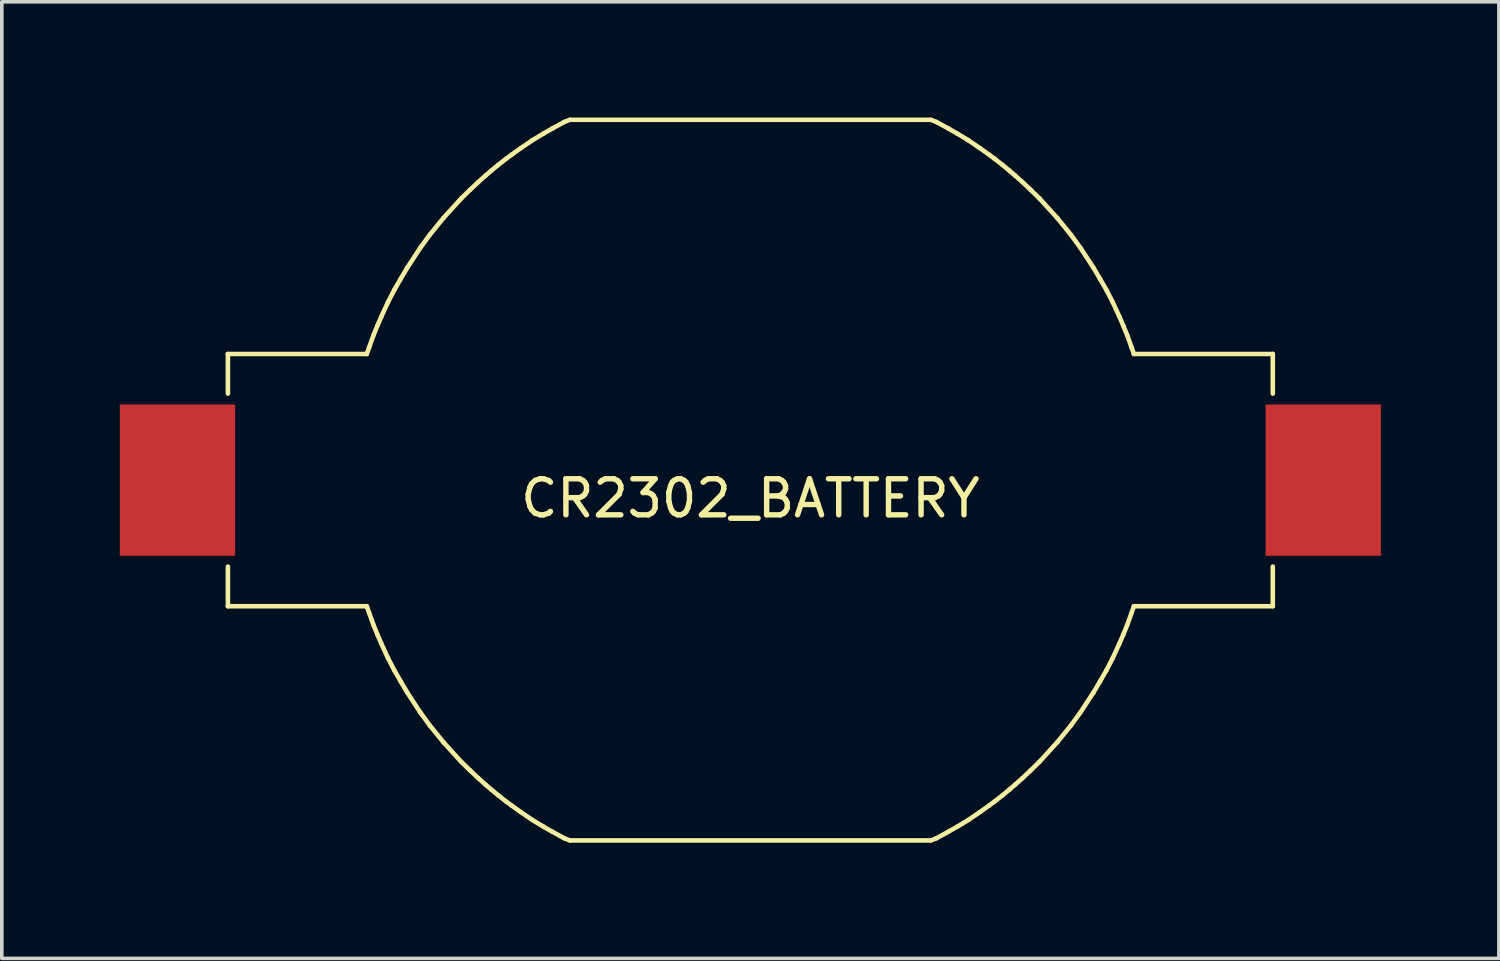
<source format=kicad_pcb>
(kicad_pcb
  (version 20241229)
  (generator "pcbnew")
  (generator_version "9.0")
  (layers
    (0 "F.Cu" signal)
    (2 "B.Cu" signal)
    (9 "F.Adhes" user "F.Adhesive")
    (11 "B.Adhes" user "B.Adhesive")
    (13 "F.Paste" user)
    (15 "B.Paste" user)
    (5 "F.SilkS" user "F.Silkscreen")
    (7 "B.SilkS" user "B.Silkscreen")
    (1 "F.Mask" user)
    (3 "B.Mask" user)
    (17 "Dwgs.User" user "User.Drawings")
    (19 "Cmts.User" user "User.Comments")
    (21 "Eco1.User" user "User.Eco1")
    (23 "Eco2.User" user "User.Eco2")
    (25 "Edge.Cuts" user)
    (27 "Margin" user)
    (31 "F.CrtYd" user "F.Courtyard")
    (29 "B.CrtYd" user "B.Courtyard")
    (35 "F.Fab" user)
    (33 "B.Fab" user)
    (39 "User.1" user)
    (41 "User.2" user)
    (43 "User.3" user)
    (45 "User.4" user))
  (footprint "CR2302_BATTERY"
    (layer "F.Cu")
    (at 17.775 10.275)
    (property "Reference" "CR2302_BATTERY" (at 0 0.508 0) (layer "F.SilkS") (effects (font (size 1 1) (thickness 0.15))))
    (attr smd)
    (fp_line (start -14.5 -3.5) (end -10.645 -3.5) (stroke (width 0.127) (type solid)) (layer "F.SilkS"))
    (fp_line (start -14.5 -2.4) (end -14.5 -3.5) (stroke (width 0.127) (type solid)) (layer "F.SilkS"))
    (fp_line (start -14.5 2.4) (end -14.5 3.5) (stroke (width 0.127) (type solid)) (layer "F.SilkS"))
    (fp_line (start -14.5 3.5) (end -10.645 3.5) (stroke (width 0.127) (type solid)) (layer "F.SilkS"))
    (fp_line (start -10.645 -3.5) (end -10.581 -3.681) (stroke (width 0.127) (type solid)) (layer "F.SilkS"))
    (fp_line (start -10.645 3.5) (end -10.581 3.681) (stroke (width 0.127) (type solid)) (layer "F.SilkS"))
    (fp_line (start -10.581 -3.681) (end -10.458 -4.024) (stroke (width 0.127) (type solid)) (layer "F.SilkS"))
    (fp_line (start -10.581 3.681) (end -10.458 4.024) (stroke (width 0.127) (type solid)) (layer "F.SilkS"))
    (fp_line (start -10.458 -4.024) (end -10.35 -4.287) (stroke (width 0.127) (type solid)) (layer "F.SilkS"))
    (fp_line (start -10.458 4.024) (end -10.35 4.287) (stroke (width 0.127) (type solid)) (layer "F.SilkS"))
    (fp_line (start -10.35 -4.287) (end -10.242 -4.538) (stroke (width 0.127) (type solid)) (layer "F.SilkS"))
    (fp_line (start -10.35 4.287) (end -10.242 4.538) (stroke (width 0.127) (type solid)) (layer "F.SilkS"))
    (fp_line (start -10.242 -4.538) (end -10.058 -4.937) (stroke (width 0.127) (type solid)) (layer "F.SilkS"))
    (fp_line (start -10.242 4.538) (end -10.058 4.937) (stroke (width 0.127) (type solid)) (layer "F.SilkS"))
    (fp_line (start -10.058 -4.937) (end -9.88 -5.282) (stroke (width 0.127) (type solid)) (layer "F.SilkS"))
    (fp_line (start -10.058 4.937) (end -9.88 5.282) (stroke (width 0.127) (type solid)) (layer "F.SilkS"))
    (fp_line (start -9.88 -5.282) (end -9.7 -5.594) (stroke (width 0.127) (type solid)) (layer "F.SilkS"))
    (fp_line (start -9.88 5.282) (end -9.7 5.594) (stroke (width 0.127) (type solid)) (layer "F.SilkS"))
    (fp_line (start -9.7 -5.594) (end -9.524 -5.892) (stroke (width 0.127) (type solid)) (layer "F.SilkS"))
    (fp_line (start -9.7 5.594) (end -9.524 5.892) (stroke (width 0.127) (type solid)) (layer "F.SilkS"))
    (fp_line (start -9.524 -5.892) (end -9.168 -6.436) (stroke (width 0.127) (type solid)) (layer "F.SilkS"))
    (fp_line (start -9.524 5.892) (end -9.168 6.436) (stroke (width 0.127) (type solid)) (layer "F.SilkS"))
    (fp_line (start -9.168 -6.436) (end -8.897 -6.809) (stroke (width 0.127) (type solid)) (layer "F.SilkS"))
    (fp_line (start -9.168 6.436) (end -8.897 6.809) (stroke (width 0.127) (type solid)) (layer "F.SilkS"))
    (fp_line (start -8.897 -6.809) (end -8.516 -7.277) (stroke (width 0.127) (type solid)) (layer "F.SilkS"))
    (fp_line (start -8.897 6.809) (end -8.516 7.277) (stroke (width 0.127) (type solid)) (layer "F.SilkS"))
    (fp_line (start -8.516 -7.277) (end -8.022 -7.82) (stroke (width 0.127) (type solid)) (layer "F.SilkS"))
    (fp_line (start -8.516 7.277) (end -8.022 7.82) (stroke (width 0.127) (type solid)) (layer "F.SilkS"))
    (fp_line (start -8.022 -7.82) (end -7.774 -8.061) (stroke (width 0.127) (type solid)) (layer "F.SilkS"))
    (fp_line (start -8.022 7.82) (end -7.774 8.061) (stroke (width 0.127) (type solid)) (layer "F.SilkS"))
    (fp_line (start -7.774 -8.061) (end -7.55 -8.273) (stroke (width 0.127) (type solid)) (layer "F.SilkS"))
    (fp_line (start -7.774 8.061) (end -7.55 8.273) (stroke (width 0.127) (type solid)) (layer "F.SilkS"))
    (fp_line (start -7.55 -8.273) (end -7.354 -8.447) (stroke (width 0.127) (type solid)) (layer "F.SilkS"))
    (fp_line (start -7.55 8.273) (end -7.354 8.447) (stroke (width 0.127) (type solid)) (layer "F.SilkS"))
    (fp_line (start -7.354 -8.447) (end -7.193 -8.586) (stroke (width 0.127) (type solid)) (layer "F.SilkS"))
    (fp_line (start -7.354 8.447) (end -7.193 8.586) (stroke (width 0.127) (type solid)) (layer "F.SilkS"))
    (fp_line (start -7.193 -8.586) (end -7 -8.746) (stroke (width 0.127) (type solid)) (layer "F.SilkS"))
    (fp_line (start -7.193 8.586) (end -7 8.746) (stroke (width 0.127) (type solid)) (layer "F.SilkS"))
    (fp_line (start -7 -8.746) (end -6.779 -8.919) (stroke (width 0.127) (type solid)) (layer "F.SilkS"))
    (fp_line (start -7 8.746) (end -6.779 8.919) (stroke (width 0.127) (type solid)) (layer "F.SilkS"))
    (fp_line (start -6.779 -8.919) (end -6.628 -9.03) (stroke (width 0.127) (type solid)) (layer "F.SilkS"))
    (fp_line (start -6.779 8.919) (end -6.628 9.03) (stroke (width 0.127) (type solid)) (layer "F.SilkS"))
    (fp_line (start -6.628 -9.03) (end -6.375 -9.211) (stroke (width 0.127) (type solid)) (layer "F.SilkS"))
    (fp_line (start -6.628 9.03) (end -6.375 9.211) (stroke (width 0.127) (type solid)) (layer "F.SilkS"))
    (fp_line (start -6.375 -9.211) (end -6.049 -9.433) (stroke (width 0.127) (type solid)) (layer "F.SilkS"))
    (fp_line (start -6.375 9.211) (end -6.049 9.433) (stroke (width 0.127) (type solid)) (layer "F.SilkS"))
    (fp_line (start -6.049 -9.433) (end -5.741 -9.619) (stroke (width 0.127) (type solid)) (layer "F.SilkS"))
    (fp_line (start -6.049 9.433) (end -5.741 9.619) (stroke (width 0.127) (type solid)) (layer "F.SilkS"))
    (fp_line (start -5.741 -9.619) (end -5.497 -9.758) (stroke (width 0.127) (type solid)) (layer "F.SilkS"))
    (fp_line (start -5.741 9.619) (end -5.497 9.758) (stroke (width 0.127) (type solid)) (layer "F.SilkS"))
    (fp_line (start -5.497 -9.758) (end -5.166 -9.939) (stroke (width 0.127) (type solid)) (layer "F.SilkS"))
    (fp_line (start -5.497 9.758) (end -5.166 9.939) (stroke (width 0.127) (type solid)) (layer "F.SilkS"))
    (fp_line (start -5.166 -9.939) (end -5.013 -10) (stroke (width 0.127) (type solid)) (layer "F.SilkS"))
    (fp_line (start -5.166 9.939) (end -5.013 10) (stroke (width 0.127) (type solid)) (layer "F.SilkS"))
    (fp_line (start -5 -10) (end 5 -10) (stroke (width 0.127) (type solid)) (layer "F.SilkS"))
    (fp_line (start -5 10) (end 5 10) (stroke (width 0.127) (type solid)) (layer "F.SilkS"))
    (fp_line (start 5.166 -9.939) (end 5.013 -10) (stroke (width 0.127) (type solid)) (layer "F.SilkS"))
    (fp_line (start 5.166 9.939) (end 5.013 10) (stroke (width 0.127) (type solid)) (layer "F.SilkS"))
    (fp_line (start 5.497 -9.758) (end 5.166 -9.939) (stroke (width 0.127) (type solid)) (layer "F.SilkS"))
    (fp_line (start 5.497 9.758) (end 5.166 9.939) (stroke (width 0.127) (type solid)) (layer "F.SilkS"))
    (fp_line (start 5.741 -9.619) (end 5.497 -9.758) (stroke (width 0.127) (type solid)) (layer "F.SilkS"))
    (fp_line (start 5.741 9.619) (end 5.497 9.758) (stroke (width 0.127) (type solid)) (layer "F.SilkS"))
    (fp_line (start 6.049 -9.433) (end 5.741 -9.619) (stroke (width 0.127) (type solid)) (layer "F.SilkS"))
    (fp_line (start 6.049 9.433) (end 5.741 9.619) (stroke (width 0.127) (type solid)) (layer "F.SilkS"))
    (fp_line (start 6.375 -9.211) (end 6.049 -9.433) (stroke (width 0.127) (type solid)) (layer "F.SilkS"))
    (fp_line (start 6.375 9.211) (end 6.049 9.433) (stroke (width 0.127) (type solid)) (layer "F.SilkS"))
    (fp_line (start 6.628 -9.03) (end 6.375 -9.211) (stroke (width 0.127) (type solid)) (layer "F.SilkS"))
    (fp_line (start 6.628 9.03) (end 6.375 9.211) (stroke (width 0.127) (type solid)) (layer "F.SilkS"))
    (fp_line (start 6.779 -8.919) (end 6.628 -9.03) (stroke (width 0.127) (type solid)) (layer "F.SilkS"))
    (fp_line (start 6.779 8.919) (end 6.628 9.03) (stroke (width 0.127) (type solid)) (layer "F.SilkS"))
    (fp_line (start 7 -8.746) (end 6.779 -8.919) (stroke (width 0.127) (type solid)) (layer "F.SilkS"))
    (fp_line (start 7 8.746) (end 6.779 8.919) (stroke (width 0.127) (type solid)) (layer "F.SilkS"))
    (fp_line (start 7.193 -8.586) (end 7 -8.746) (stroke (width 0.127) (type solid)) (layer "F.SilkS"))
    (fp_line (start 7.193 8.586) (end 7 8.746) (stroke (width 0.127) (type solid)) (layer "F.SilkS"))
    (fp_line (start 7.354 -8.447) (end 7.193 -8.586) (stroke (width 0.127) (type solid)) (layer "F.SilkS"))
    (fp_line (start 7.354 8.447) (end 7.193 8.586) (stroke (width 0.127) (type solid)) (layer "F.SilkS"))
    (fp_line (start 7.55 -8.273) (end 7.354 -8.447) (stroke (width 0.127) (type solid)) (layer "F.SilkS"))
    (fp_line (start 7.55 8.273) (end 7.354 8.447) (stroke (width 0.127) (type solid)) (layer "F.SilkS"))
    (fp_line (start 7.774 -8.061) (end 7.55 -8.273) (stroke (width 0.127) (type solid)) (layer "F.SilkS"))
    (fp_line (start 7.774 8.061) (end 7.55 8.273) (stroke (width 0.127) (type solid)) (layer "F.SilkS"))
    (fp_line (start 8.022 -7.82) (end 7.774 -8.061) (stroke (width 0.127) (type solid)) (layer "F.SilkS"))
    (fp_line (start 8.022 7.82) (end 7.774 8.061) (stroke (width 0.127) (type solid)) (layer "F.SilkS"))
    (fp_line (start 8.516 -7.277) (end 8.022 -7.82) (stroke (width 0.127) (type solid)) (layer "F.SilkS"))
    (fp_line (start 8.516 7.277) (end 8.022 7.82) (stroke (width 0.127) (type solid)) (layer "F.SilkS"))
    (fp_line (start 8.897 -6.809) (end 8.516 -7.277) (stroke (width 0.127) (type solid)) (layer "F.SilkS"))
    (fp_line (start 8.897 6.809) (end 8.516 7.277) (stroke (width 0.127) (type solid)) (layer "F.SilkS"))
    (fp_line (start 9.168 -6.436) (end 8.897 -6.809) (stroke (width 0.127) (type solid)) (layer "F.SilkS"))
    (fp_line (start 9.168 6.436) (end 8.897 6.809) (stroke (width 0.127) (type solid)) (layer "F.SilkS"))
    (fp_line (start 9.524 -5.892) (end 9.168 -6.436) (stroke (width 0.127) (type solid)) (layer "F.SilkS"))
    (fp_line (start 9.524 5.892) (end 9.168 6.436) (stroke (width 0.127) (type solid)) (layer "F.SilkS"))
    (fp_line (start 9.7 -5.594) (end 9.524 -5.892) (stroke (width 0.127) (type solid)) (layer "F.SilkS"))
    (fp_line (start 9.7 5.594) (end 9.524 5.892) (stroke (width 0.127) (type solid)) (layer "F.SilkS"))
    (fp_line (start 9.88 -5.282) (end 9.7 -5.594) (stroke (width 0.127) (type solid)) (layer "F.SilkS"))
    (fp_line (start 9.88 5.282) (end 9.7 5.594) (stroke (width 0.127) (type solid)) (layer "F.SilkS"))
    (fp_line (start 10.058 -4.937) (end 9.88 -5.282) (stroke (width 0.127) (type solid)) (layer "F.SilkS"))
    (fp_line (start 10.058 4.937) (end 9.88 5.282) (stroke (width 0.127) (type solid)) (layer "F.SilkS"))
    (fp_line (start 10.242 -4.538) (end 10.058 -4.937) (stroke (width 0.127) (type solid)) (layer "F.SilkS"))
    (fp_line (start 10.242 4.538) (end 10.058 4.937) (stroke (width 0.127) (type solid)) (layer "F.SilkS"))
    (fp_line (start 10.35 -4.287) (end 10.242 -4.538) (stroke (width 0.127) (type solid)) (layer "F.SilkS"))
    (fp_line (start 10.35 4.287) (end 10.242 4.538) (stroke (width 0.127) (type solid)) (layer "F.SilkS"))
    (fp_line (start 10.458 -4.024) (end 10.35 -4.287) (stroke (width 0.127) (type solid)) (layer "F.SilkS"))
    (fp_line (start 10.458 4.024) (end 10.35 4.287) (stroke (width 0.127) (type solid)) (layer "F.SilkS"))
    (fp_line (start 10.581 -3.681) (end 10.458 -4.024) (stroke (width 0.127) (type solid)) (layer "F.SilkS"))
    (fp_line (start 10.581 3.681) (end 10.458 4.024) (stroke (width 0.127) (type solid)) (layer "F.SilkS"))
    (fp_line (start 10.645 -3.5) (end 10.581 -3.681) (stroke (width 0.127) (type solid)) (layer "F.SilkS"))
    (fp_line (start 10.645 3.5) (end 10.581 3.681) (stroke (width 0.127) (type solid)) (layer "F.SilkS"))
    (fp_line (start 14.5 -3.5) (end 10.645 -3.5) (stroke (width 0.127) (type solid)) (layer "F.SilkS"))
    (fp_line (start 14.5 -2.4) (end 14.5 -3.5) (stroke (width 0.127) (type solid)) (layer "F.SilkS"))
    (fp_line (start 14.5 2.4) (end 14.5 3.5) (stroke (width 0.127) (type solid)) (layer "F.SilkS"))
    (fp_line (start 14.5 3.5) (end 10.645 3.5) (stroke (width 0.127) (type solid)) (layer "F.SilkS"))
    (fp_line (start -17.75 -10.25) (end -17.75 10.25) (stroke (width 0.05) (type solid)) (layer "Eco1.User"))
    (fp_line (start -17.75 10.25) (end 17.75 10.25) (stroke (width 0.05) (type solid)) (layer "Eco1.User"))
    (fp_line (start 17.75 -10.25) (end -17.75 -10.25) (stroke (width 0.05) (type solid)) (layer "Eco1.User"))
    (fp_line (start 17.75 10.25) (end 17.75 -10.25) (stroke (width 0.05) (type solid)) (layer "Eco1.User"))
    (pad "+" smd rect (at -15.9 0) (size 3.2 4.2) (layers "F.Cu" "F.Mask" "F.Paste"))
    (pad "-" smd rect (at 15.9 0) (size 3.2 4.2) (layers "F.Cu" "F.Mask" "F.Paste")))
  (gr_rect
    (start -3 -3)
    (end 38.55 23.55)
    (stroke (width 0.1) (type default))
    (fill no)
    (layer "Edge.Cuts")))
</source>
